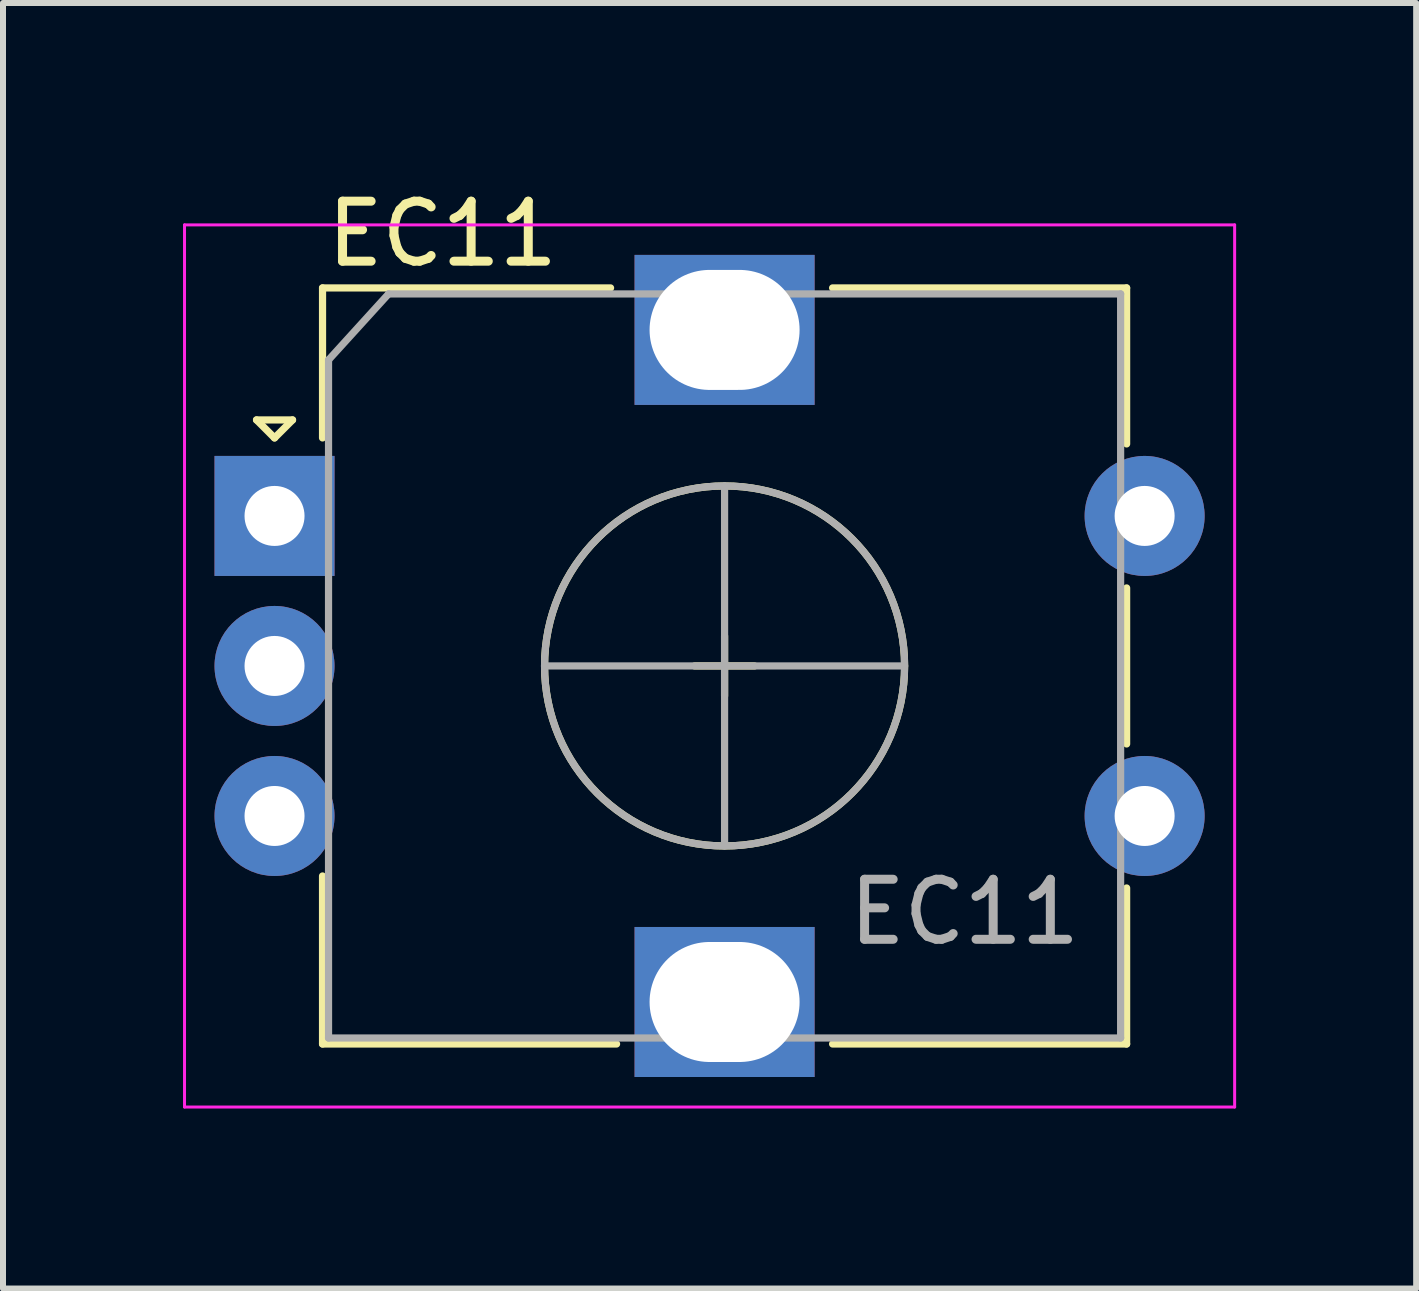
<source format=kicad_pcb>
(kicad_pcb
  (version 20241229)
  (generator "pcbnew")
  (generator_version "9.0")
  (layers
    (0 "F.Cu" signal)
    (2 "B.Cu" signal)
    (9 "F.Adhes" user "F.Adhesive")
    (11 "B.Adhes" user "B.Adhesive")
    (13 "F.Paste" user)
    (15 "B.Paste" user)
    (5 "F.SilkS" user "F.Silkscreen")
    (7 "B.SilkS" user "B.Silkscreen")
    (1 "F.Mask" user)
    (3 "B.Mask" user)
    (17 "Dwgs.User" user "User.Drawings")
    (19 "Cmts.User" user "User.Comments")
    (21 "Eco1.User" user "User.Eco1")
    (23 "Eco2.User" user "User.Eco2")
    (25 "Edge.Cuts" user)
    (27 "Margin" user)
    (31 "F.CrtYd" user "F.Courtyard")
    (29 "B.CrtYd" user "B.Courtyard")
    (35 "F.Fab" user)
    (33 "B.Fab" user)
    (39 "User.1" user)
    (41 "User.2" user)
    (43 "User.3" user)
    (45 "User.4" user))
  (footprint "EC11"
    (layer "F.Cu")
    (at 1.525 5.548)
    (property "Reference" "EC11" (at 2.8 -4.7 0) (layer "F.SilkS") (effects (font (size 1 1) (thickness 0.15))))
    (attr through_hole)
    (fp_line (start -0.3 -1.6) (end 0.3 -1.6) (stroke (width 0.12) (type solid)) (layer "F.SilkS"))
    (fp_line (start 0 -1.3) (end -0.3 -1.6) (stroke (width 0.12) (type solid)) (layer "F.SilkS"))
    (fp_line (start 0.3 -1.6) (end 0 -1.3) (stroke (width 0.12) (type solid)) (layer "F.SilkS"))
    (fp_line (start 0.8 -3.8) (end 0.8 -1.3) (stroke (width 0.12) (type solid)) (layer "F.SilkS"))
    (fp_line (start 0.8 8.8) (end 0.8 6) (stroke (width 0.12) (type solid)) (layer "F.SilkS"))
    (fp_line (start 5.6 -3.8) (end 0.8 -3.8) (stroke (width 0.12) (type solid)) (layer "F.SilkS"))
    (fp_line (start 5.7 8.8) (end 0.8 8.8) (stroke (width 0.12) (type solid)) (layer "F.SilkS"))
    (fp_line (start 7 2.5) (end 8 2.5) (stroke (width 0.12) (type solid)) (layer "F.SilkS"))
    (fp_line (start 7.5 2) (end 7.5 3) (stroke (width 0.12) (type solid)) (layer "F.SilkS"))
    (fp_line (start 9.3 -3.8) (end 14.2 -3.8) (stroke (width 0.12) (type solid)) (layer "F.SilkS"))
    (fp_line (start 14.2 -3.8) (end 14.2 -1.2) (stroke (width 0.12) (type solid)) (layer "F.SilkS"))
    (fp_line (start 14.2 1.2) (end 14.2 3.8) (stroke (width 0.12) (type solid)) (layer "F.SilkS"))
    (fp_line (start 14.2 6.2) (end 14.2 8.8) (stroke (width 0.12) (type solid)) (layer "F.SilkS"))
    (fp_line (start 14.2 8.8) (end 9.3 8.8) (stroke (width 0.12) (type solid)) (layer "F.SilkS"))
    (fp_circle (center 7.5 2.5) (end 10.5 2.5) (stroke (width 0.12) (type solid)) (fill no) (layer "F.SilkS"))
    (fp_line (start -1.5 -4.85) (end -1.5 9.85) (stroke (width 0.05) (type solid)) (layer "F.CrtYd"))
    (fp_line (start -1.5 -4.85) (end 16 -4.85) (stroke (width 0.05) (type solid)) (layer "F.CrtYd"))
    (fp_line (start 16 9.85) (end -1.5 9.85) (stroke (width 0.05) (type solid)) (layer "F.CrtYd"))
    (fp_line (start 16 9.85) (end 16 -4.85) (stroke (width 0.05) (type solid)) (layer "F.CrtYd"))
    (fp_line (start 0.9 -2.6) (end 1.9 -3.7) (stroke (width 0.12) (type solid)) (layer "F.Fab"))
    (fp_line (start 0.9 8.7) (end 0.9 -2.6) (stroke (width 0.12) (type solid)) (layer "F.Fab"))
    (fp_line (start 1.9 -3.7) (end 14.1 -3.7) (stroke (width 0.12) (type solid)) (layer "F.Fab"))
    (fp_line (start 4.5 2.5) (end 10.5 2.5) (stroke (width 0.12) (type solid)) (layer "F.Fab"))
    (fp_line (start 7.5 -0.5) (end 7.5 5.5) (stroke (width 0.12) (type solid)) (layer "F.Fab"))
    (fp_line (start 14.1 -3.7) (end 14.1 8.7) (stroke (width 0.12) (type solid)) (layer "F.Fab"))
    (fp_line (start 14.1 8.7) (end 0.9 8.7) (stroke (width 0.12) (type solid)) (layer "F.Fab"))
    (fp_circle (center 7.5 2.5) (end 10.5 2.5) (stroke (width 0.12) (type solid)) (fill no) (layer "F.Fab"))
    (fp_text user "${REFERENCE}" (at 11.5 6.6 0) (layer "F.Fab") (effects (font (size 1 1) (thickness 0.15))))
    (pad "A" thru_hole rect (at 0 0) (size 2 2) (drill 1) (layers "*.Cu" "*.Mask"))
    (pad "B" thru_hole circle (at 0 5) (size 2 2) (drill 1) (layers "*.Cu" "*.Mask"))
    (pad "C" thru_hole circle (at 0 2.5) (size 2 2) (drill 1) (layers "*.Cu" "*.Mask"))
    (pad "MP" thru_hole rect (at 7.5 -3.1) (size 3 2.5) (drill oval 2.5 2) (layers "*.Cu" "*.Mask"))
    (pad "MP" thru_hole rect (at 7.5 8.1) (size 3 2.5) (drill oval 2.5 2) (layers "*.Cu" "*.Mask"))
    (pad "S1" thru_hole circle (at 14.5 0) (size 2 2) (drill 1) (layers "*.Cu" "*.Mask"))
    (pad "S2" thru_hole circle (at 14.5 5) (size 2 2) (drill 1) (layers "*.Cu" "*.Mask")))
  (gr_rect
    (start -3 -3)
    (end 20.55 18.423)
    (stroke (width 0.1) (type default))
    (fill no)
    (layer "Edge.Cuts")))
</source>
